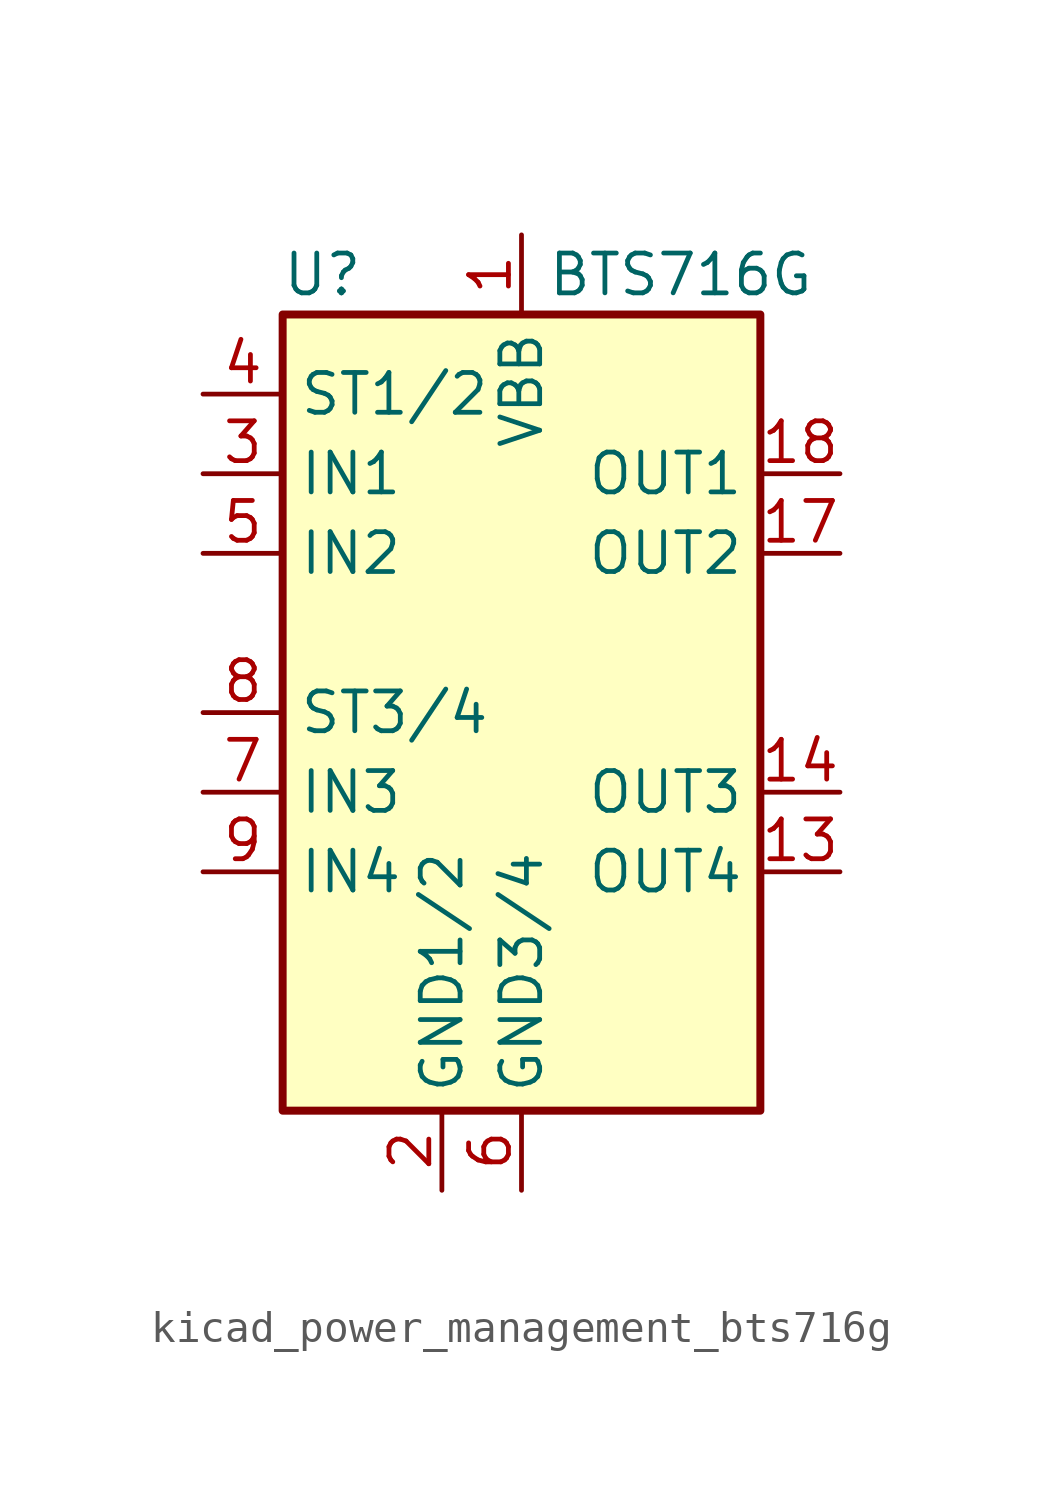
<source format=kicad_sym>
(kicad_symbol_lib
  (version 20220914)
  (generator kicad_symbol_editor)
  (symbol "kicad_power_management_bts716g"
    (property "Reference" "U"
      (at -6.35 13.97 0)
      (effects (font (size 1.27 1.27))))
    (property "Value" "BTS716G"
      (at 5.08 13.97 0)
      (effects (font (size 1.27 1.27))))
    (symbol "kicad_power_management_bts716g_0_1"
      (rectangle (start -7.62 12.7) (end 7.62 -12.7) (stroke (width 0.254) (type default)) (fill (type background))))
    (symbol "kicad_power_management_bts716g_1_1"
      (pin power_in line (at 0 15.24 270) (length 2.54) (name "VBB" (effects (font (size 1.27 1.27)))) (number "1" (effects (font (size 1.27 1.27)))))
      (pin passive line (at 0 15.24 270) (length 2.54) hide (name "VBB" (effects (font (size 1.27 1.27)))) (number "10" (effects (font (size 1.27 1.27)))))
      (pin passive line (at 0 15.24 270) (length 2.54) hide (name "VBB" (effects (font (size 1.27 1.27)))) (number "11" (effects (font (size 1.27 1.27)))))
      (pin passive line (at 0 15.24 270) (length 2.54) hide (name "VBB" (effects (font (size 1.27 1.27)))) (number "12" (effects (font (size 1.27 1.27)))))
      (pin open_emitter line (at 10.16 -5.08 180) (length 2.54) (name "OUT4" (effects (font (size 1.27 1.27)))) (number "13" (effects (font (size 1.27 1.27)))))
      (pin open_emitter line (at 10.16 -2.54 180) (length 2.54) (name "OUT3" (effects (font (size 1.27 1.27)))) (number "14" (effects (font (size 1.27 1.27)))))
      (pin passive line (at 0 15.24 270) (length 2.54) hide (name "VBB" (effects (font (size 1.27 1.27)))) (number "15" (effects (font (size 1.27 1.27)))))
      (pin passive line (at 0 15.24 270) (length 2.54) hide (name "VBB" (effects (font (size 1.27 1.27)))) (number "16" (effects (font (size 1.27 1.27)))))
      (pin open_emitter line (at 10.16 5.08 180) (length 2.54) (name "OUT2" (effects (font (size 1.27 1.27)))) (number "17" (effects (font (size 1.27 1.27)))))
      (pin open_emitter line (at 10.16 7.62 180) (length 2.54) (name "OUT1" (effects (font (size 1.27 1.27)))) (number "18" (effects (font (size 1.27 1.27)))))
      (pin passive line (at 0 15.24 270) (length 2.54) hide (name "VBB" (effects (font (size 1.27 1.27)))) (number "19" (effects (font (size 1.27 1.27)))))
      (pin power_in line (at -2.54 -15.24 90) (length 2.54) (name "GND1/2" (effects (font (size 1.27 1.27)))) (number "2" (effects (font (size 1.27 1.27)))))
      (pin passive line (at 0 15.24 270) (length 2.54) hide (name "VBB" (effects (font (size 1.27 1.27)))) (number "20" (effects (font (size 1.27 1.27)))))
      (pin input line (at -10.16 7.62 0) (length 2.54) (name "IN1" (effects (font (size 1.27 1.27)))) (number "3" (effects (font (size 1.27 1.27)))))
      (pin open_collector line (at -10.16 10.16 0) (length 2.54) (name "ST1/2" (effects (font (size 1.27 1.27)))) (number "4" (effects (font (size 1.27 1.27)))))
      (pin input line (at -10.16 5.08 0) (length 2.54) (name "IN2" (effects (font (size 1.27 1.27)))) (number "5" (effects (font (size 1.27 1.27)))))
      (pin power_in line (at 0 -15.24 90) (length 2.54) (name "GND3/4" (effects (font (size 1.27 1.27)))) (number "6" (effects (font (size 1.27 1.27)))))
      (pin input line (at -10.16 -2.54 0) (length 2.54) (name "IN3" (effects (font (size 1.27 1.27)))) (number "7" (effects (font (size 1.27 1.27)))))
      (pin open_collector line (at -10.16 0 0) (length 2.54) (name "ST3/4" (effects (font (size 1.27 1.27)))) (number "8" (effects (font (size 1.27 1.27)))))
      (pin input line (at -10.16 -5.08 0) (length 2.54) (name "IN4" (effects (font (size 1.27 1.27)))) (number "9" (effects (font (size 1.27 1.27))))))))
</source>
